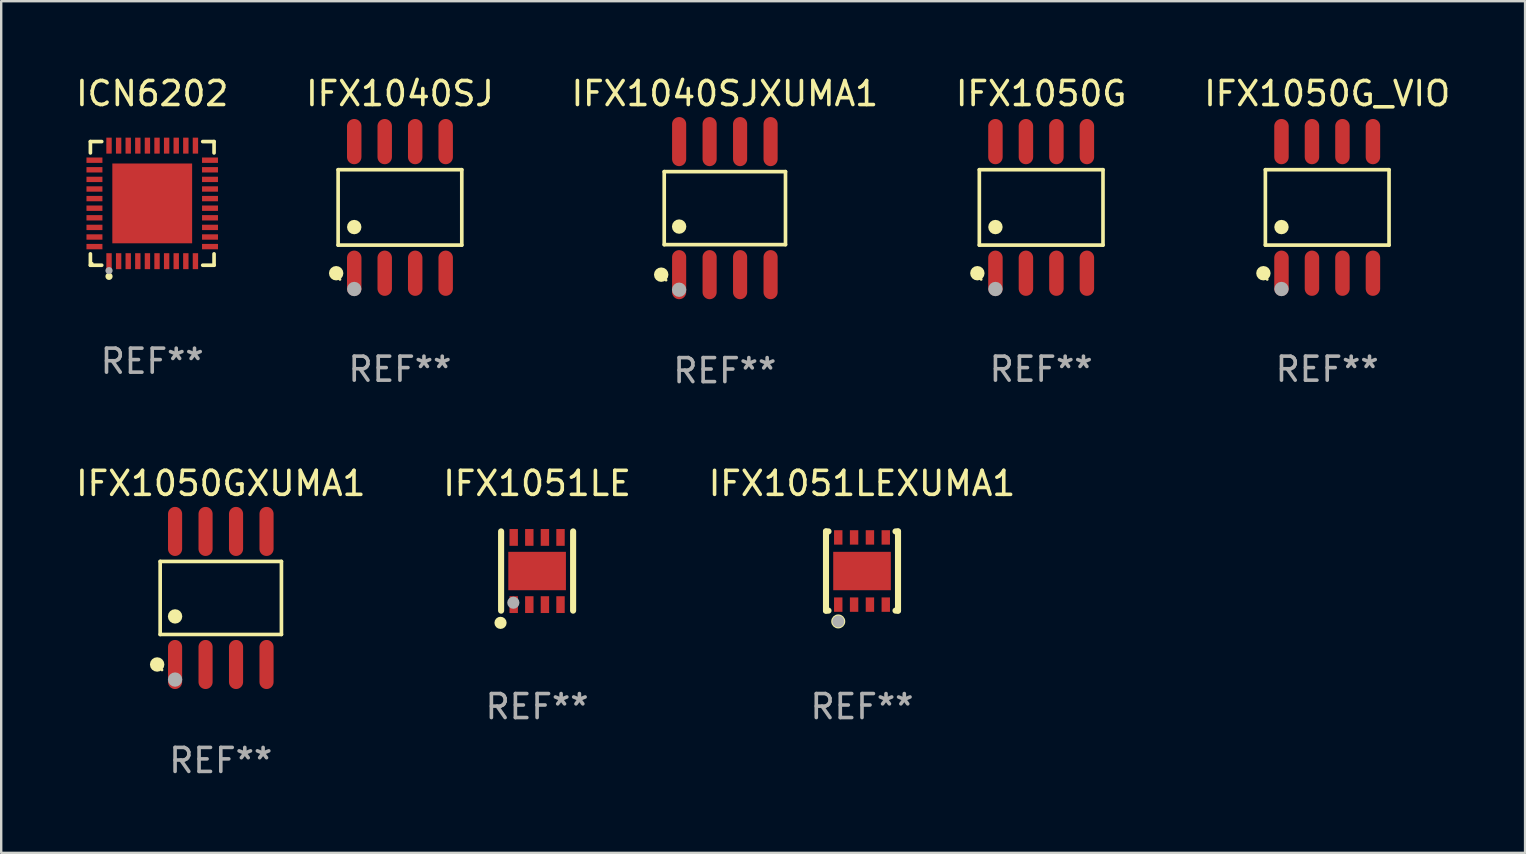
<source format=kicad_pcb>
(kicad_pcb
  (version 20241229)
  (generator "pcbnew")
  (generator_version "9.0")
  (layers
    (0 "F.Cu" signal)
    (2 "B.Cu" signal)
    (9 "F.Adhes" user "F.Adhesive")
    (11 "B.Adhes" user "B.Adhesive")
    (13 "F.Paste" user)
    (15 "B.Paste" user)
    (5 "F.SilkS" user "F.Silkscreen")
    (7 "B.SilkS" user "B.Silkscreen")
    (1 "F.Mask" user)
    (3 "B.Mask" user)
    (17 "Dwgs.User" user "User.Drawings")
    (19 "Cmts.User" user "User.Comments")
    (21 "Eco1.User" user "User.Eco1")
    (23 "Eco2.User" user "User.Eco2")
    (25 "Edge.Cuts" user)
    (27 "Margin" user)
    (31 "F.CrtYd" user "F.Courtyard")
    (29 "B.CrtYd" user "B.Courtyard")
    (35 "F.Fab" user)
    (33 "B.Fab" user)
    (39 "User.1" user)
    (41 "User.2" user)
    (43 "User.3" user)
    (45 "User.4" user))
  (footprint "IFX1040SJXUMA1"
    (layer "F.Cu")
    (at 27.149 5.621)
    (property "Reference" "IFX1040SJXUMA1" (at 0 -4.772 0) (layer "F.SilkS") (effects (font (size 1 1) (thickness 0.15))))
    (attr through_hole)
    (fp_line (start -2.526 -1.521) (end 2.526 -1.521) (stroke (width 0.152) (type solid)) (layer "F.SilkS"))
    (fp_line (start -2.526 1.521) (end -2.526 -1.521) (stroke (width 0.152) (type solid)) (layer "F.SilkS"))
    (fp_line (start 2.526 -1.521) (end 2.526 1.521) (stroke (width 0.152) (type solid)) (layer "F.SilkS"))
    (fp_line (start 2.526 1.521) (end -2.526 1.521) (stroke (width 0.152) (type solid)) (layer "F.SilkS"))
    (fp_circle (center -2.652 2.772) (end -2.501 2.772) (stroke (width 0.3) (type solid)) (fill no) (layer "F.SilkS"))
    (fp_circle (center -2.45 3) (end -2.42 3) (stroke (width 0.06) (type solid)) (fill no) (layer "F.SilkS"))
    (fp_circle (center -1.905 0.769) (end -1.755 0.769) (stroke (width 0.3) (type solid)) (fill no) (layer "F.SilkS"))
    (fp_circle (center -1.905 3.4) (end -1.755 3.4) (stroke (width 0.3) (type solid)) (fill no) (layer "F.Fab"))
    (fp_text user "REF**" (at 0 6.772 0) (layer "F.Fab") (effects (font (size 1 1) (thickness 0.15))))
    (pad "1" smd oval (at -1.905 2.772) (size 0.588 2.045) (layers "F.Cu" "F.Mask" "F.Paste"))
    (pad "2" smd oval (at -0.635 2.772) (size 0.588 2.045) (layers "F.Cu" "F.Mask" "F.Paste"))
    (pad "3" smd oval (at 0.635 2.772) (size 0.588 2.045) (layers "F.Cu" "F.Mask" "F.Paste"))
    (pad "4" smd oval (at 1.905 2.772) (size 0.588 2.045) (layers "F.Cu" "F.Mask" "F.Paste"))
    (pad "5" smd oval (at 1.905 -2.772) (size 0.588 2.045) (layers "F.Cu" "F.Mask" "F.Paste"))
    (pad "6" smd oval (at 0.635 -2.772) (size 0.588 2.045) (layers "F.Cu" "F.Mask" "F.Paste"))
    (pad "7" smd oval (at -0.635 -2.772) (size 0.588 2.045) (layers "F.Cu" "F.Mask" "F.Paste"))
    (pad "8" smd oval (at -1.905 -2.772) (size 0.588 2.045) (layers "F.Cu" "F.Mask" "F.Paste")))
  (footprint "IFX1050G"
    (layer "F.Cu")
    (at 40.327 5.591)
    (property "Reference" "IFX1050G" (at 0 -4.742 0) (layer "F.SilkS") (effects (font (size 1 1) (thickness 0.15))))
    (attr through_hole)
    (fp_line (start -2.576 -1.571) (end 2.576 -1.571) (stroke (width 0.152) (type solid)) (layer "F.SilkS"))
    (fp_line (start -2.576 1.571) (end -2.576 -1.571) (stroke (width 0.152) (type solid)) (layer "F.SilkS"))
    (fp_line (start 2.576 -1.571) (end 2.576 1.571) (stroke (width 0.152) (type solid)) (layer "F.SilkS"))
    (fp_line (start 2.576 1.571) (end -2.576 1.571) (stroke (width 0.152) (type solid)) (layer "F.SilkS"))
    (fp_circle (center -2.658 2.742) (end -2.508 2.742) (stroke (width 0.3) (type solid)) (fill no) (layer "F.SilkS"))
    (fp_circle (center -2.5 3) (end -2.47 3) (stroke (width 0.06) (type solid)) (fill no) (layer "F.SilkS"))
    (fp_circle (center -1.905 0.819) (end -1.755 0.819) (stroke (width 0.3) (type solid)) (fill no) (layer "F.SilkS"))
    (fp_circle (center -1.905 3.4) (end -1.755 3.4) (stroke (width 0.3) (type solid)) (fill no) (layer "F.Fab"))
    (fp_text user "REF**" (at 0 6.742 0) (layer "F.Fab") (effects (font (size 1 1) (thickness 0.15))))
    (pad "1" smd oval (at -1.905 2.742) (size 0.602 1.885) (layers "F.Cu" "F.Mask" "F.Paste"))
    (pad "2" smd oval (at -0.635 2.742) (size 0.602 1.885) (layers "F.Cu" "F.Mask" "F.Paste"))
    (pad "3" smd oval (at 0.635 2.742) (size 0.602 1.885) (layers "F.Cu" "F.Mask" "F.Paste"))
    (pad "4" smd oval (at 1.905 2.742) (size 0.602 1.885) (layers "F.Cu" "F.Mask" "F.Paste"))
    (pad "5" smd oval (at 1.905 -2.742) (size 0.602 1.885) (layers "F.Cu" "F.Mask" "F.Paste"))
    (pad "6" smd oval (at 0.635 -2.742) (size 0.602 1.885) (layers "F.Cu" "F.Mask" "F.Paste"))
    (pad "7" smd oval (at -0.635 -2.742) (size 0.602 1.885) (layers "F.Cu" "F.Mask" "F.Paste"))
    (pad "8" smd oval (at -1.905 -2.742) (size 0.602 1.885) (layers "F.Cu" "F.Mask" "F.Paste")))
  (footprint "IFX1050G_VIO"
    (layer "F.Cu")
    (at 52.244 5.591)
    (property "Reference" "IFX1050G_VIO" (at 0 -4.742 0) (layer "F.SilkS") (effects (font (size 1 1) (thickness 0.15))))
    (attr through_hole)
    (fp_line (start -2.576 -1.571) (end 2.576 -1.571) (stroke (width 0.152) (type solid)) (layer "F.SilkS"))
    (fp_line (start -2.576 1.571) (end -2.576 -1.571) (stroke (width 0.152) (type solid)) (layer "F.SilkS"))
    (fp_line (start 2.576 -1.571) (end 2.576 1.571) (stroke (width 0.152) (type solid)) (layer "F.SilkS"))
    (fp_line (start 2.576 1.571) (end -2.576 1.571) (stroke (width 0.152) (type solid)) (layer "F.SilkS"))
    (fp_circle (center -2.658 2.742) (end -2.508 2.742) (stroke (width 0.3) (type solid)) (fill no) (layer "F.SilkS"))
    (fp_circle (center -2.5 3) (end -2.47 3) (stroke (width 0.06) (type solid)) (fill no) (layer "F.SilkS"))
    (fp_circle (center -1.905 0.819) (end -1.755 0.819) (stroke (width 0.3) (type solid)) (fill no) (layer "F.SilkS"))
    (fp_circle (center -1.905 3.4) (end -1.755 3.4) (stroke (width 0.3) (type solid)) (fill no) (layer "F.Fab"))
    (fp_text user "REF**" (at 0 6.742 0) (layer "F.Fab") (effects (font (size 1 1) (thickness 0.15))))
    (pad "1" smd oval (at -1.905 2.742) (size 0.602 1.885) (layers "F.Cu" "F.Mask" "F.Paste"))
    (pad "2" smd oval (at -0.635 2.742) (size 0.602 1.885) (layers "F.Cu" "F.Mask" "F.Paste"))
    (pad "3" smd oval (at 0.635 2.742) (size 0.602 1.885) (layers "F.Cu" "F.Mask" "F.Paste"))
    (pad "4" smd oval (at 1.905 2.742) (size 0.602 1.885) (layers "F.Cu" "F.Mask" "F.Paste"))
    (pad "5" smd oval (at 1.905 -2.742) (size 0.602 1.885) (layers "F.Cu" "F.Mask" "F.Paste"))
    (pad "6" smd oval (at 0.635 -2.742) (size 0.602 1.885) (layers "F.Cu" "F.Mask" "F.Paste"))
    (pad "7" smd oval (at -0.635 -2.742) (size 0.602 1.885) (layers "F.Cu" "F.Mask" "F.Paste"))
    (pad "8" smd oval (at -1.905 -2.742) (size 0.602 1.885) (layers "F.Cu" "F.Mask" "F.Paste")))
  (footprint "IFX1050GXUMA1"
    (layer "F.Cu")
    (at 6.149 21.862)
    (property "Reference" "IFX1050GXUMA1" (at 0 -4.772 0) (layer "F.SilkS") (effects (font (size 1 1) (thickness 0.15))))
    (attr through_hole)
    (fp_line (start -2.526 -1.521) (end 2.526 -1.521) (stroke (width 0.152) (type solid)) (layer "F.SilkS"))
    (fp_line (start -2.526 1.521) (end -2.526 -1.521) (stroke (width 0.152) (type solid)) (layer "F.SilkS"))
    (fp_line (start 2.526 -1.521) (end 2.526 1.521) (stroke (width 0.152) (type solid)) (layer "F.SilkS"))
    (fp_line (start 2.526 1.521) (end -2.526 1.521) (stroke (width 0.152) (type solid)) (layer "F.SilkS"))
    (fp_circle (center -2.652 2.772) (end -2.501 2.772) (stroke (width 0.3) (type solid)) (fill no) (layer "F.SilkS"))
    (fp_circle (center -2.45 3) (end -2.42 3) (stroke (width 0.06) (type solid)) (fill no) (layer "F.SilkS"))
    (fp_circle (center -1.905 0.769) (end -1.755 0.769) (stroke (width 0.3) (type solid)) (fill no) (layer "F.SilkS"))
    (fp_circle (center -1.905 3.4) (end -1.755 3.4) (stroke (width 0.3) (type solid)) (fill no) (layer "F.Fab"))
    (fp_text user "REF**" (at 0 6.772 0) (layer "F.Fab") (effects (font (size 1 1) (thickness 0.15))))
    (pad "1" smd oval (at -1.905 2.772) (size 0.588 2.045) (layers "F.Cu" "F.Mask" "F.Paste"))
    (pad "2" smd oval (at -0.635 2.772) (size 0.588 2.045) (layers "F.Cu" "F.Mask" "F.Paste"))
    (pad "3" smd oval (at 0.635 2.772) (size 0.588 2.045) (layers "F.Cu" "F.Mask" "F.Paste"))
    (pad "4" smd oval (at 1.905 2.772) (size 0.588 2.045) (layers "F.Cu" "F.Mask" "F.Paste"))
    (pad "5" smd oval (at 1.905 -2.772) (size 0.588 2.045) (layers "F.Cu" "F.Mask" "F.Paste"))
    (pad "6" smd oval (at 0.635 -2.772) (size 0.588 2.045) (layers "F.Cu" "F.Mask" "F.Paste"))
    (pad "7" smd oval (at -0.635 -2.772) (size 0.588 2.045) (layers "F.Cu" "F.Mask" "F.Paste"))
    (pad "8" smd oval (at -1.905 -2.772) (size 0.588 2.045) (layers "F.Cu" "F.Mask" "F.Paste")))
  (footprint "IFX1040SJ"
    (layer "F.Cu")
    (at 13.613 5.591)
    (property "Reference" "IFX1040SJ" (at 0 -4.742 0) (layer "F.SilkS") (effects (font (size 1 1) (thickness 0.15))))
    (attr through_hole)
    (fp_line (start -2.576 -1.571) (end 2.576 -1.571) (stroke (width 0.152) (type solid)) (layer "F.SilkS"))
    (fp_line (start -2.576 1.571) (end -2.576 -1.571) (stroke (width 0.152) (type solid)) (layer "F.SilkS"))
    (fp_line (start 2.576 -1.571) (end 2.576 1.571) (stroke (width 0.152) (type solid)) (layer "F.SilkS"))
    (fp_line (start 2.576 1.571) (end -2.576 1.571) (stroke (width 0.152) (type solid)) (layer "F.SilkS"))
    (fp_circle (center -2.658 2.742) (end -2.508 2.742) (stroke (width 0.3) (type solid)) (fill no) (layer "F.SilkS"))
    (fp_circle (center -2.5 3) (end -2.47 3) (stroke (width 0.06) (type solid)) (fill no) (layer "F.SilkS"))
    (fp_circle (center -1.905 0.819) (end -1.755 0.819) (stroke (width 0.3) (type solid)) (fill no) (layer "F.SilkS"))
    (fp_circle (center -1.905 3.4) (end -1.755 3.4) (stroke (width 0.3) (type solid)) (fill no) (layer "F.Fab"))
    (fp_text user "REF**" (at 0 6.742 0) (layer "F.Fab") (effects (font (size 1 1) (thickness 0.15))))
    (pad "1" smd oval (at -1.905 2.742) (size 0.602 1.885) (layers "F.Cu" "F.Mask" "F.Paste"))
    (pad "2" smd oval (at -0.635 2.742) (size 0.602 1.885) (layers "F.Cu" "F.Mask" "F.Paste"))
    (pad "3" smd oval (at 0.635 2.742) (size 0.602 1.885) (layers "F.Cu" "F.Mask" "F.Paste"))
    (pad "4" smd oval (at 1.905 2.742) (size 0.602 1.885) (layers "F.Cu" "F.Mask" "F.Paste"))
    (pad "5" smd oval (at 1.905 -2.742) (size 0.602 1.885) (layers "F.Cu" "F.Mask" "F.Paste"))
    (pad "6" smd oval (at 0.635 -2.742) (size 0.602 1.885) (layers "F.Cu" "F.Mask" "F.Paste"))
    (pad "7" smd oval (at -0.635 -2.742) (size 0.602 1.885) (layers "F.Cu" "F.Mask" "F.Paste"))
    (pad "8" smd oval (at -1.905 -2.742) (size 0.602 1.885) (layers "F.Cu" "F.Mask" "F.Paste")))
  (footprint "IFX1051LE"
    (layer "F.Cu")
    (at 19.327 20.74)
    (property "Reference" "IFX1051LE" (at 0 -3.65 0) (layer "F.SilkS") (effects (font (size 1 1) (thickness 0.15))))
    (attr through_hole)
    (fp_line (start -1.5 1.65) (end -1.5 -1.65) (stroke (width 0.254) (type solid)) (layer "F.SilkS"))
    (fp_line (start 1.5 1.65) (end 1.5 -1.65) (stroke (width 0.254) (type solid)) (layer "F.SilkS"))
    (fp_circle (center -1.524 2.159) (end -1.397 2.159) (stroke (width 0.254) (type solid)) (fill no) (layer "F.SilkS"))
    (fp_circle (center -1.5 1.5) (end -1.47 1.5) (stroke (width 0.06) (type solid)) (fill no) (layer "F.SilkS"))
    (fp_circle (center -0.99 1.32) (end -0.863 1.32) (stroke (width 0.254) (type solid)) (fill no) (layer "F.Fab"))
    (fp_text user "REF**" (at 0 5.65 0) (layer "F.Fab") (effects (font (size 1 1) (thickness 0.15))))
    (pad "1" smd rect (at -0.975 1.4 270) (size 0.7 0.35) (layers "F.Cu" "F.Mask" "F.Paste"))
    (pad "2" smd rect (at -0.325 1.4 270) (size 0.7 0.35) (layers "F.Cu" "F.Mask" "F.Paste"))
    (pad "3" smd rect (at 0.325 1.4 270) (size 0.7 0.35) (layers "F.Cu" "F.Mask" "F.Paste"))
    (pad "4" smd rect (at 0.975 1.4 270) (size 0.7 0.35) (layers "F.Cu" "F.Mask" "F.Paste"))
    (pad "5" smd rect (at 0.975 -1.4 270) (size 0.7 0.35) (layers "F.Cu" "F.Mask" "F.Paste"))
    (pad "6" smd rect (at 0.325 -1.4 270) (size 0.7 0.35) (layers "F.Cu" "F.Mask" "F.Paste"))
    (pad "7" smd rect (at -0.325 -1.4 270) (size 0.7 0.35) (layers "F.Cu" "F.Mask" "F.Paste"))
    (pad "8" smd rect (at -0.975 -1.4 270) (size 0.7 0.35) (layers "F.Cu" "F.Mask" "F.Paste"))
    (pad "9" smd rect (at 0.000241 0.000064) (size 2.4 1.6) (layers "F.Cu" "F.Mask" "F.Paste")))
  (footprint "ICN6202"
    (layer "F.Cu")
    (at 3.292 5.424)
    (property "Reference" "ICN6202" (at 0 -4.576 0) (layer "F.SilkS") (effects (font (size 1 1) (thickness 0.15))))
    (attr through_hole)
    (fp_line (start -2.576 -2.576) (end -2.103 -2.576) (stroke (width 0.152) (type solid)) (layer "F.SilkS"))
    (fp_line (start -2.576 -2.103) (end -2.576 -2.576) (stroke (width 0.152) (type solid)) (layer "F.SilkS"))
    (fp_line (start -2.576 2.103) (end -2.576 2.576) (stroke (width 0.152) (type solid)) (layer "F.SilkS"))
    (fp_line (start -2.576 2.576) (end -2.103 2.576) (stroke (width 0.152) (type solid)) (layer "F.SilkS"))
    (fp_line (start 2.576 -2.576) (end 2.103 -2.576) (stroke (width 0.152) (type solid)) (layer "F.SilkS"))
    (fp_line (start 2.576 -2.103) (end 2.576 -2.576) (stroke (width 0.152) (type solid)) (layer "F.SilkS"))
    (fp_line (start 2.576 2.103) (end 2.576 2.576) (stroke (width 0.152) (type solid)) (layer "F.SilkS"))
    (fp_line (start 2.576 2.576) (end 2.103 2.576) (stroke (width 0.152) (type solid)) (layer "F.SilkS"))
    (fp_circle (center -2.5 2.5) (end -2.47 2.5) (stroke (width 0.06) (type solid)) (fill no) (layer "F.SilkS"))
    (fp_circle (center -1.8 3.04) (end -1.725 3.04) (stroke (width 0.15) (type solid)) (fill no) (layer "F.SilkS"))
    (fp_circle (center -1.8 2.8) (end -1.725 2.8) (stroke (width 0.15) (type solid)) (fill no) (layer "F.Fab"))
    (fp_text user "REF**" (at 0 6.576 0) (layer "F.Fab") (effects (font (size 1 1) (thickness 0.15))))
    (pad "1" smd rect (at -1.8 2.407) (size 0.224 0.665) (layers "F.Cu" "F.Mask" "F.Paste"))
    (pad "2" smd rect (at -1.4 2.407) (size 0.224 0.665) (layers "F.Cu" "F.Mask" "F.Paste"))
    (pad "3" smd rect (at -1 2.407) (size 0.224 0.665) (layers "F.Cu" "F.Mask" "F.Paste"))
    (pad "4" smd rect (at -0.6 2.407) (size 0.224 0.665) (layers "F.Cu" "F.Mask" "F.Paste"))
    (pad "5" smd rect (at -0.2 2.407) (size 0.224 0.665) (layers "F.Cu" "F.Mask" "F.Paste"))
    (pad "6" smd rect (at 0.2 2.407) (size 0.224 0.665) (layers "F.Cu" "F.Mask" "F.Paste"))
    (pad "7" smd rect (at 0.6 2.407) (size 0.224 0.665) (layers "F.Cu" "F.Mask" "F.Paste"))
    (pad "8" smd rect (at 1 2.407) (size 0.224 0.665) (layers "F.Cu" "F.Mask" "F.Paste"))
    (pad "9" smd rect (at 1.4 2.407) (size 0.224 0.665) (layers "F.Cu" "F.Mask" "F.Paste"))
    (pad "10" smd rect (at 1.8 2.407) (size 0.224 0.665) (layers "F.Cu" "F.Mask" "F.Paste"))
    (pad "11" smd rect (at 2.407 1.8) (size 0.665 0.224) (layers "F.Cu" "F.Mask" "F.Paste"))
    (pad "12" smd rect (at 2.407 1.4) (size 0.665 0.224) (layers "F.Cu" "F.Mask" "F.Paste"))
    (pad "13" smd rect (at 2.407 1) (size 0.665 0.224) (layers "F.Cu" "F.Mask" "F.Paste"))
    (pad "14" smd rect (at 2.407 0.6) (size 0.665 0.224) (layers "F.Cu" "F.Mask" "F.Paste"))
    (pad "15" smd rect (at 2.407 0.2) (size 0.665 0.224) (layers "F.Cu" "F.Mask" "F.Paste"))
    (pad "16" smd rect (at 2.407 -0.2) (size 0.665 0.224) (layers "F.Cu" "F.Mask" "F.Paste"))
    (pad "17" smd rect (at 2.407 -0.6) (size 0.665 0.224) (layers "F.Cu" "F.Mask" "F.Paste"))
    (pad "18" smd rect (at 2.407 -1) (size 0.665 0.224) (layers "F.Cu" "F.Mask" "F.Paste"))
    (pad "19" smd rect (at 2.407 -1.4) (size 0.665 0.224) (layers "F.Cu" "F.Mask" "F.Paste"))
    (pad "20" smd rect (at 2.407 -1.8) (size 0.665 0.224) (layers "F.Cu" "F.Mask" "F.Paste"))
    (pad "21" smd rect (at 1.8 -2.407) (size 0.224 0.665) (layers "F.Cu" "F.Mask" "F.Paste"))
    (pad "22" smd rect (at 1.4 -2.407) (size 0.224 0.665) (layers "F.Cu" "F.Mask" "F.Paste"))
    (pad "23" smd rect (at 1 -2.407) (size 0.224 0.665) (layers "F.Cu" "F.Mask" "F.Paste"))
    (pad "24" smd rect (at 0.6 -2.407) (size 0.224 0.665) (layers "F.Cu" "F.Mask" "F.Paste"))
    (pad "25" smd rect (at 0.2 -2.407) (size 0.224 0.665) (layers "F.Cu" "F.Mask" "F.Paste"))
    (pad "26" smd rect (at -0.2 -2.407) (size 0.224 0.665) (layers "F.Cu" "F.Mask" "F.Paste"))
    (pad "27" smd rect (at -0.6 -2.407) (size 0.224 0.665) (layers "F.Cu" "F.Mask" "F.Paste"))
    (pad "28" smd rect (at -1 -2.407) (size 0.224 0.665) (layers "F.Cu" "F.Mask" "F.Paste"))
    (pad "29" smd rect (at -1.4 -2.407) (size 0.224 0.665) (layers "F.Cu" "F.Mask" "F.Paste"))
    (pad "30" smd rect (at -1.8 -2.407) (size 0.224 0.665) (layers "F.Cu" "F.Mask" "F.Paste"))
    (pad "31" smd rect (at -2.407 -1.8) (size 0.665 0.224) (layers "F.Cu" "F.Mask" "F.Paste"))
    (pad "32" smd rect (at -2.407 -1.4) (size 0.665 0.224) (layers "F.Cu" "F.Mask" "F.Paste"))
    (pad "33" smd rect (at -2.407 -1) (size 0.665 0.224) (layers "F.Cu" "F.Mask" "F.Paste"))
    (pad "34" smd rect (at -2.407 -0.6) (size 0.665 0.224) (layers "F.Cu" "F.Mask" "F.Paste"))
    (pad "35" smd rect (at -2.407 -0.2) (size 0.665 0.224) (layers "F.Cu" "F.Mask" "F.Paste"))
    (pad "36" smd rect (at -2.407 0.2) (size 0.665 0.224) (layers "F.Cu" "F.Mask" "F.Paste"))
    (pad "37" smd rect (at -2.407 0.6) (size 0.665 0.224) (layers "F.Cu" "F.Mask" "F.Paste"))
    (pad "38" smd rect (at -2.407 1) (size 0.665 0.224) (layers "F.Cu" "F.Mask" "F.Paste"))
    (pad "39" smd rect (at -2.407 1.4) (size 0.665 0.224) (layers "F.Cu" "F.Mask" "F.Paste"))
    (pad "40" smd rect (at -2.407 1.8) (size 0.665 0.224) (layers "F.Cu" "F.Mask" "F.Paste"))
    (pad "41" smd rect (at 0 0) (size 3.325 3.325) (layers "F.Cu" "F.Mask" "F.Paste")))
  (footprint "IFX1051LEXUMA1"
    (layer "F.Cu")
    (at 32.863 20.74)
    (property "Reference" "IFX1051LEXUMA1" (at 0 -3.65 0) (layer "F.SilkS") (effects (font (size 1 1) (thickness 0.15))))
    (attr through_hole)
    (fp_line (start -1.5 -1.65) (end -1.396 -1.65) (stroke (width 0.254) (type solid)) (layer "F.SilkS"))
    (fp_line (start -1.5 1.65) (end -1.5 -1.65) (stroke (width 0.254) (type solid)) (layer "F.SilkS"))
    (fp_line (start -1.5 1.65) (end -1.396 1.65) (stroke (width 0.254) (type solid)) (layer "F.SilkS"))
    (fp_line (start 1.396 -1.65) (end 1.5 -1.65) (stroke (width 0.254) (type solid)) (layer "F.SilkS"))
    (fp_line (start 1.396 1.65) (end 1.5 1.65) (stroke (width 0.254) (type solid)) (layer "F.SilkS"))
    (fp_line (start 1.5 1.65) (end 1.5 -1.65) (stroke (width 0.254) (type solid)) (layer "F.SilkS"))
    (fp_circle (center -1.5 1.5) (end -1.47 1.5) (stroke (width 0.06) (type solid)) (fill no) (layer "F.SilkS"))
    (fp_circle (center -0.99 2.1) (end -0.825 2.1) (stroke (width 0.254) (type solid)) (fill no) (layer "F.SilkS"))
    (fp_circle (center -0.99 2.1) (end -0.865 2.1) (stroke (width 0.25) (type solid)) (fill no) (layer "F.Fab"))
    (fp_text user "REF**" (at 0 5.65 0) (layer "F.Fab") (effects (font (size 1 1) (thickness 0.15))))
    (pad "1" smd rect (at -0.99 1.4) (size 0.35 0.6) (layers "F.Cu" "F.Mask" "F.Paste"))
    (pad "2" smd rect (at -0.33 1.4) (size 0.35 0.6) (layers "F.Cu" "F.Mask" "F.Paste"))
    (pad "3" smd rect (at 0.33 1.4) (size 0.35 0.6) (layers "F.Cu" "F.Mask" "F.Paste"))
    (pad "4" smd rect (at 0.99 1.4) (size 0.35 0.6) (layers "F.Cu" "F.Mask" "F.Paste"))
    (pad "5" smd rect (at 0.99 -1.4) (size 0.35 0.6) (layers "F.Cu" "F.Mask" "F.Paste"))
    (pad "6" smd rect (at 0.33 -1.4) (size 0.35 0.6) (layers "F.Cu" "F.Mask" "F.Paste"))
    (pad "7" smd rect (at -0.33 -1.4) (size 0.35 0.6) (layers "F.Cu" "F.Mask" "F.Paste"))
    (pad "8" smd rect (at -0.99 -1.4) (size 0.35 0.6) (layers "F.Cu" "F.Mask" "F.Paste"))
    (pad "9" smd rect (at 0.000229 0.000089) (size 2.4 1.6) (layers "F.Cu" "F.Mask" "F.Paste")))
  (gr_rect
    (start -3 -3)
    (end 60.488 32.483)
    (stroke (width 0.1) (type default))
    (fill no)
    (layer "Edge.Cuts")))
</source>
